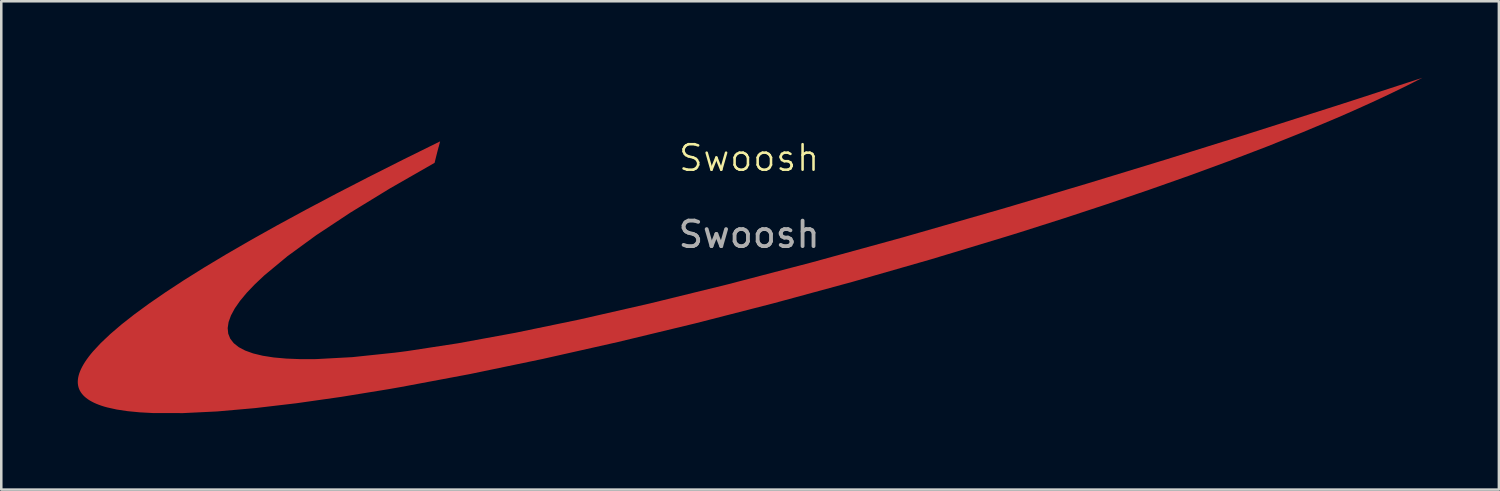
<source format=kicad_pcb>
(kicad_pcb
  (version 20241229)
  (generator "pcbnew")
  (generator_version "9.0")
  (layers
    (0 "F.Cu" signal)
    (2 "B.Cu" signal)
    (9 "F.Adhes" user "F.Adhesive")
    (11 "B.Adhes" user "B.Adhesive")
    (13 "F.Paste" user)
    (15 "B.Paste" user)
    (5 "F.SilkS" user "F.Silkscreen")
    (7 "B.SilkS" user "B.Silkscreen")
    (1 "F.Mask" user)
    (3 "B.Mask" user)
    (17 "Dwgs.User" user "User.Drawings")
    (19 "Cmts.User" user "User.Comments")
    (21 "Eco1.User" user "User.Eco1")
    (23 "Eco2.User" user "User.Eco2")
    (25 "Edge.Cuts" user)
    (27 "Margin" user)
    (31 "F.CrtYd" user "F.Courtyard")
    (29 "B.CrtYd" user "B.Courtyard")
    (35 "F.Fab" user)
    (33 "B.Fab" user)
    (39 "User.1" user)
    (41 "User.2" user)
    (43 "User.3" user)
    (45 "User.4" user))
  (footprint "Swoosh"
    (layer "F.Cu")
    (at 26.33 3.647)
    (property "Reference" "Swoosh" (at 0 -0.5 0) (unlocked yes) (layer "F.SilkS") (effects (font (size 1 1) (thickness 0.1))))
    (attr smd)
    (fp_poly (pts (xy 25.826 -3.353) (xy 25.219 -3.057) (xy 24.583 -2.757) (xy 23.92 -2.456) (xy 23.483 -2.262) (xy 23.035 -2.067) (xy 21.702 -1.508) (xy 20.293 -0.944) (xy 18.813 -0.379) (xy 17.271 0.187) (xy 15.671 0.751) (xy 14.022 1.313) (xy 12.328 1.87) (xy 10.598 2.421) (xy 10.588 2.424) (xy 10.369 2.492) (xy 10.149 2.56) (xy 10.149 2.56) (xy 7.128 3.474) (xy 4.055 4.355) (xy 0.964 5.195) (xy -2.114 5.985) (xy -5.147 6.716) (xy -8.102 7.381) (xy -10.947 7.972) (xy -13.65 8.479) (xy -13.65 8.479) (xy -14.128 8.563) (xy -14.14 8.565) (xy -16.002 8.868) (xy -17.753 9.117) (xy -19.379 9.308) (xy -20.867 9.439) (xy -22.204 9.504) (xy -23.377 9.502) (xy -23.898 9.474) (xy -24.373 9.428) (xy -24.801 9.364) (xy -25.179 9.28) (xy -25.294 9.248) (xy -25.404 9.213) (xy -25.507 9.176) (xy -25.605 9.137) (xy -25.697 9.096) (xy -25.782 9.052) (xy -25.862 9.007) (xy -25.936 8.959) (xy -26.004 8.908) (xy -26.065 8.856) (xy -26.12 8.801) (xy -26.169 8.743) (xy -26.212 8.684) (xy -26.248 8.622) (xy -26.278 8.557) (xy -26.301 8.491) (xy -26.317 8.421) (xy -26.327 8.35) (xy -26.33 8.276) (xy -26.326 8.199) (xy -26.316 8.12) (xy -26.298 8.038) (xy -26.274 7.954) (xy -26.242 7.868) (xy -26.204 7.779) (xy -26.158 7.687) (xy -26.105 7.593) (xy -26.045 7.496) (xy -25.977 7.396) (xy -25.902 7.294) (xy -25.82 7.189) (xy -25.73 7.082) (xy -25.425 6.754) (xy -25.054 6.403) (xy -24.616 6.028) (xy -24.109 5.63) (xy -23.531 5.207) (xy -22.882 4.76) (xy -22.16 4.287) (xy -21.364 3.789) (xy -20.491 3.266) (xy -19.54 2.716) (xy -18.51 2.14) (xy -17.399 1.537) (xy -16.207 0.906) (xy -14.93 0.248) (xy -13.569 -0.438) (xy -12.12 -1.153) (xy -12.175 -0.937) (xy -12.178 -0.936) (xy -12.23 -0.738) (xy -12.284 -0.525) (xy -12.336 -0.311) (xy -14.092 0.695) (xy -15.64 1.642) (xy -16.978 2.527) (xy -18.104 3.348) (xy -19.013 4.102) (xy -19.386 4.453) (xy -19.703 4.785) (xy -19.965 5.1) (xy -20.171 5.396) (xy -20.321 5.673) (xy -20.415 5.931) (xy -20.451 6.169) (xy -20.43 6.387) (xy -20.351 6.584) (xy -20.214 6.761) (xy -20.018 6.917) (xy -19.764 7.051) (xy -19.45 7.164) (xy -19.077 7.254) (xy -18.643 7.322) (xy -18.149 7.366) (xy -17.595 7.388) (xy -16.979 7.386) (xy -15.563 7.309) (xy -13.897 7.134) (xy -13.885 7.132) (xy -13.649 7.103) (xy -13.409 7.071) (xy -13.408 7.071) (xy -11.418 6.766) (xy -9.17 6.354) (xy -6.663 5.835) (xy -3.891 5.203) (xy -0.854 4.458) (xy 2.452 3.594) (xy 6.031 2.611) (xy 9.885 1.504) (xy 9.886 1.504) (xy 10.107 1.439) (xy 10.328 1.374) (xy 10.337 1.371) (xy 13.275 0.496) (xy 16.357 -0.445) (xy 19.582 -1.452) (xy 22.952 -2.526) (xy 23.851 -2.816) (xy 26.403 -3.647)) (stroke (width 0) (type solid)) (fill yes) (layer "F.Cu"))
    (fp_poly (pts (xy 25.826 -3.353) (xy 25.219 -3.057) (xy 24.583 -2.757) (xy 23.92 -2.456) (xy 23.483 -2.262) (xy 23.035 -2.067) (xy 21.702 -1.508) (xy 20.293 -0.944) (xy 18.813 -0.379) (xy 17.271 0.187) (xy 15.671 0.751) (xy 14.022 1.313) (xy 12.328 1.87) (xy 10.598 2.421) (xy 10.588 2.424) (xy 10.369 2.492) (xy 10.149 2.56) (xy 10.149 2.56) (xy 7.128 3.474) (xy 4.055 4.355) (xy 0.964 5.195) (xy -2.114 5.985) (xy -5.147 6.716) (xy -8.102 7.381) (xy -10.947 7.972) (xy -13.65 8.479) (xy -13.65 8.479) (xy -14.128 8.563) (xy -14.14 8.565) (xy -16.002 8.868) (xy -17.753 9.117) (xy -19.379 9.308) (xy -20.867 9.439) (xy -22.204 9.504) (xy -23.377 9.502) (xy -23.898 9.474) (xy -24.373 9.428) (xy -24.801 9.364) (xy -25.179 9.28) (xy -25.294 9.248) (xy -25.404 9.213) (xy -25.507 9.176) (xy -25.605 9.137) (xy -25.697 9.096) (xy -25.782 9.052) (xy -25.862 9.007) (xy -25.936 8.958) (xy -26.004 8.908) (xy -26.065 8.856) (xy -26.12 8.801) (xy -26.169 8.743) (xy -26.212 8.684) (xy -26.248 8.622) (xy -26.278 8.557) (xy -26.301 8.491) (xy -26.317 8.421) (xy -26.327 8.35) (xy -26.33 8.276) (xy -26.326 8.199) (xy -26.316 8.12) (xy -26.298 8.038) (xy -26.274 7.954) (xy -26.242 7.868) (xy -26.204 7.779) (xy -26.158 7.687) (xy -26.105 7.593) (xy -26.045 7.496) (xy -25.977 7.396) (xy -25.902 7.294) (xy -25.82 7.189) (xy -25.73 7.082) (xy -25.425 6.754) (xy -25.054 6.403) (xy -24.616 6.028) (xy -24.109 5.63) (xy -23.531 5.207) (xy -22.882 4.76) (xy -22.16 4.287) (xy -21.364 3.789) (xy -20.491 3.266) (xy -19.54 2.716) (xy -18.51 2.14) (xy -17.399 1.537) (xy -16.207 0.906) (xy -14.93 0.248) (xy -13.569 -0.438) (xy -12.12 -1.153) (xy -12.175 -0.937) (xy -12.178 -0.936) (xy -12.23 -0.738) (xy -12.284 -0.525) (xy -12.336 -0.311) (xy -14.092 0.695) (xy -15.64 1.642) (xy -16.978 2.527) (xy -18.104 3.348) (xy -19.013 4.102) (xy -19.386 4.453) (xy -19.703 4.785) (xy -19.965 5.1) (xy -20.171 5.396) (xy -20.321 5.673) (xy -20.415 5.931) (xy -20.451 6.169) (xy -20.43 6.387) (xy -20.351 6.584) (xy -20.214 6.761) (xy -20.018 6.917) (xy -19.764 7.051) (xy -19.45 7.164) (xy -19.077 7.254) (xy -18.643 7.322) (xy -18.149 7.366) (xy -17.595 7.388) (xy -16.979 7.386) (xy -15.563 7.309) (xy -13.897 7.134) (xy -13.885 7.132) (xy -13.649 7.103) (xy -13.409 7.071) (xy -13.408 7.071) (xy -11.418 6.766) (xy -9.17 6.354) (xy -6.663 5.835) (xy -3.891 5.203) (xy -0.854 4.458) (xy 2.452 3.594) (xy 6.031 2.611) (xy 9.885 1.504) (xy 9.886 1.504) (xy 10.107 1.439) (xy 10.328 1.374) (xy 10.337 1.371) (xy 13.275 0.496) (xy 16.357 -0.445) (xy 19.582 -1.452) (xy 22.952 -2.526) (xy 23.851 -2.816) (xy 26.403 -3.647)) (stroke (width 0) (type solid)) (fill yes) (layer "F.Mask"))
    (fp_text user "${REFERENCE}" (at 0 2.5 0) (unlocked yes) (layer "F.Fab") (effects (font (size 1 1) (thickness 0.15))))
    (pad "1" smd roundrect (at -22.06 6.584) (size 1.905 1.27) (layers "F.Cu" "F.Mask") (roundrect_rratio 0.15))
    (zone (net_name "") (layer "B.Cu") (hatch edge 0.5) (connect_pads) (min_thickness 0.25) (filled_areas_thickness no) (keepout (tracks not_allowed) (vias not_allowed) (pads allowed) (copperpour not_allowed) (footprints allowed)) (placement (enabled no)) (fill) (polygon (pts (xy 52.156 0.294) (xy 51.549 0.59) (xy 50.913 0.89) (xy 50.25 1.191) (xy 49.813 1.385) (xy 49.365 1.58) (xy 48.032 2.139) (xy 46.623 2.703) (xy 45.143 3.268) (xy 43.601 3.834) (xy 42.001 4.398) (xy 40.352 4.96) (xy 38.658 5.517) (xy 36.928 6.068) (xy 36.918 6.071) (xy 36.699 6.139) (xy 36.479 6.207) (xy 36.479 6.207) (xy 33.458 7.121) (xy 30.385 8.002) (xy 27.294 8.842) (xy 24.216 9.632) (xy 21.183 10.363) (xy 18.228 11.028) (xy 15.383 11.619) (xy 12.68 12.126) (xy 12.68 12.126) (xy 12.202 12.21) (xy 12.19 12.212) (xy 10.328 12.515) (xy 8.577 12.764) (xy 6.951 12.955) (xy 5.463 13.086) (xy 4.126 13.151) (xy 2.953 13.149) (xy 2.432 13.121) (xy 1.957 13.075) (xy 1.529 13.011) (xy 1.151 12.927) (xy 1.036 12.895) (xy 0.926 12.86) (xy 0.823 12.823) (xy 0.725 12.784) (xy 0.633 12.743) (xy 0.548 12.699) (xy 0.468 12.654) (xy 0.394 12.606) (xy 0.326 12.555) (xy 0.265 12.503) (xy 0.21 12.448) (xy 0.161 12.39) (xy 0.118 12.331) (xy 0.082 12.269) (xy 0.052 12.204) (xy 0.029 12.138) (xy 0.013 12.068) (xy 0.003 11.997) (xy 0.000006 11.923) (xy 0.004 11.846) (xy 0.014 11.767) (xy 0.032 11.685) (xy 0.056 11.601) (xy 0.088 11.515) (xy 0.126 11.426) (xy 0.172 11.334) (xy 0.225 11.24) (xy 0.285 11.143) (xy 0.353 11.043) (xy 0.428 10.941) (xy 0.51 10.836) (xy 0.6 10.729) (xy 0.905 10.401) (xy 1.276 10.05) (xy 1.714 9.675) (xy 2.221 9.277) (xy 2.799 8.854) (xy 3.448 8.407) (xy 4.17 7.934) (xy 4.966 7.436) (xy 5.839 6.913) (xy 6.79 6.363) (xy 7.82 5.787) (xy 8.931 5.184) (xy 10.123 4.553) (xy 11.4 3.895) (xy 12.761 3.209) (xy 14.21 2.494) (xy 14.155 2.71) (xy 14.152 2.711) (xy 14.1 2.909) (xy 14.046 3.122) (xy 13.994 3.336) (xy 12.238 4.342) (xy 10.69 5.289) (xy 9.352 6.174) (xy 8.226 6.995) (xy 7.317 7.749) (xy 6.944 8.1) (xy 6.627 8.432) (xy 6.365 8.747) (xy 6.159 9.043) (xy 6.009 9.32) (xy 5.915 9.578) (xy 5.879 9.816) (xy 5.9 10.034) (xy 5.979 10.231) (xy 6.116 10.408) (xy 6.312 10.564) (xy 6.566 10.698) (xy 6.88 10.811) (xy 7.253 10.901) (xy 7.687 10.969) (xy 8.181 11.013) (xy 8.735 11.035) (xy 9.351 11.033) (xy 10.767 10.956) (xy 12.433 10.781) (xy 12.445 10.779) (xy 12.681 10.75) (xy 12.921 10.718) (xy 12.922 10.718) (xy 14.912 10.413) (xy 17.16 10.001) (xy 19.667 9.482) (xy 22.438 8.85) (xy 25.476 8.105) (xy 28.782 7.241) (xy 32.361 6.258) (xy 36.215 5.151) (xy 36.216 5.151) (xy 36.437 5.086) (xy 36.658 5.021) (xy 36.667 5.018) (xy 39.605 4.143) (xy 42.687 3.202) (xy 45.912 2.195) (xy 49.282 1.121) (xy 50.181 0.831) (xy 52.733 0)))))
  (gr_rect
    (start -3 -3)
    (end 55.733 16.151)
    (stroke (width 0.1) (type default))
    (fill no)
    (layer "Edge.Cuts")))
</source>
